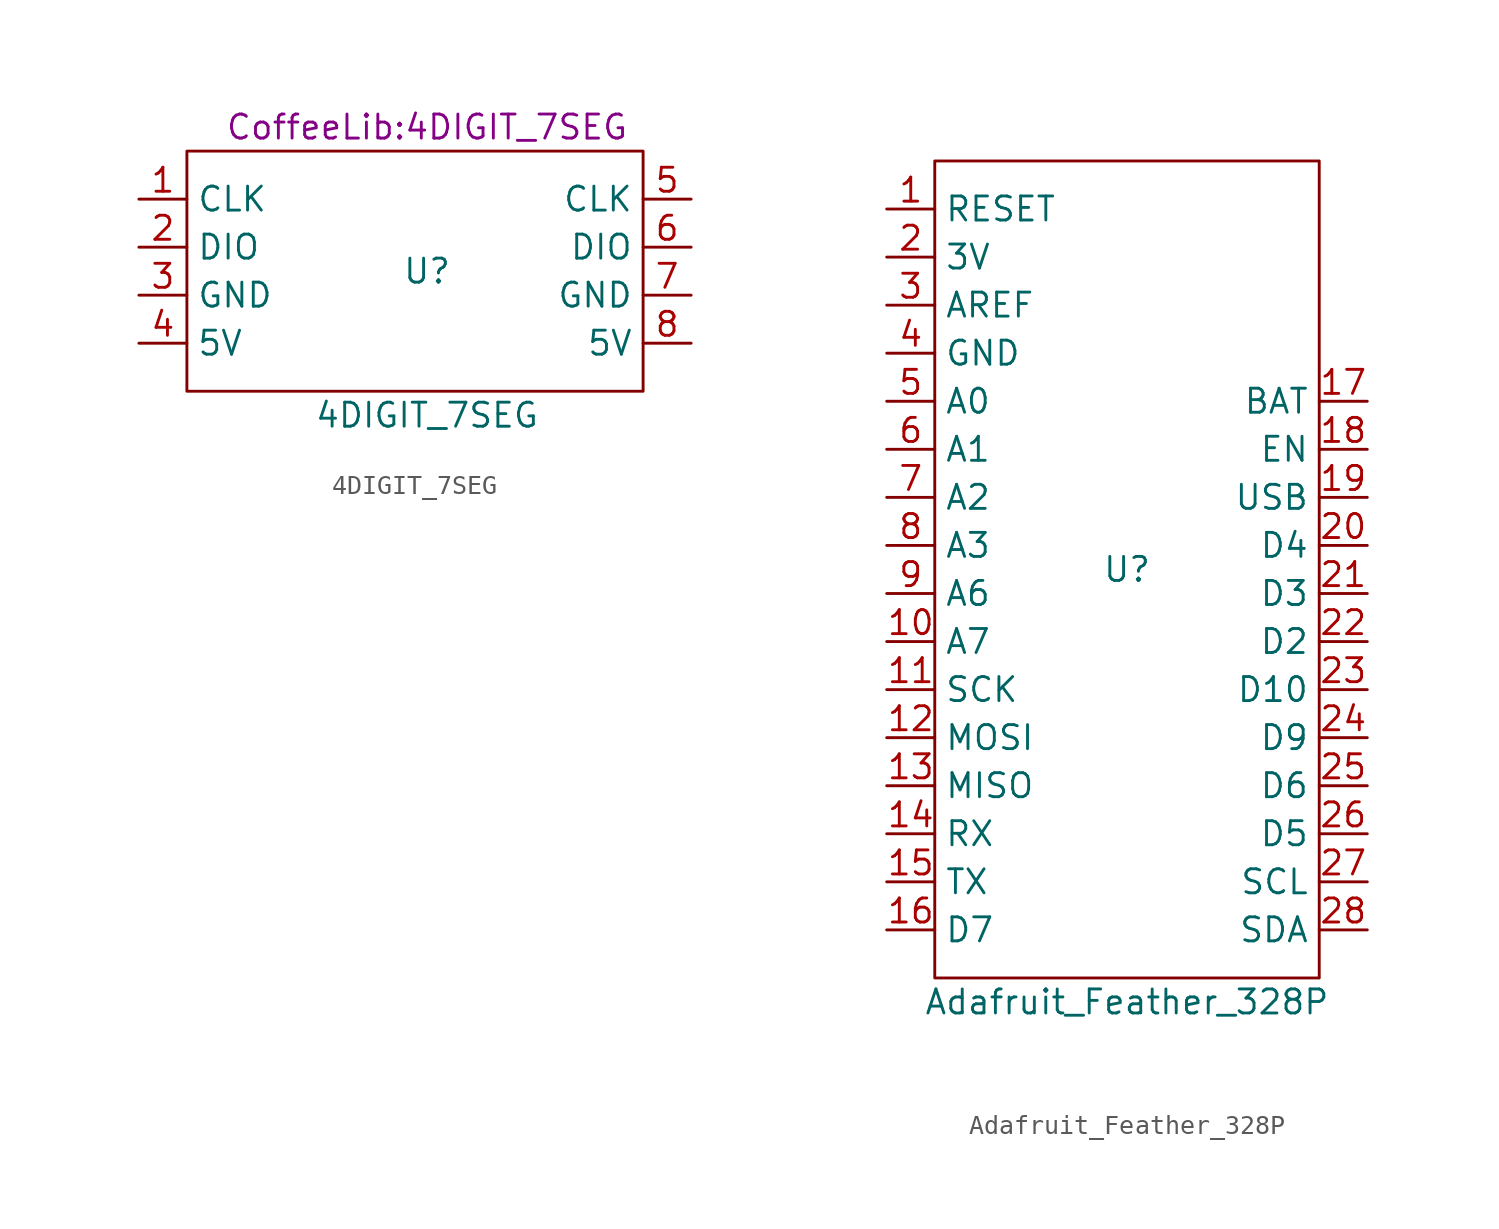
<source format=kicad_sym>
(kicad_symbol_lib
  (version 20231120)
  (generator "kicad_symbol_editor")
  (generator_version "8.0")
  (symbol "4DIGIT_7SEG"
    (property "Reference" "U"
      (at 0 0 0)
      (effects (font (size 1.27 1.27))))
    (property "Value" "4DIGIT_7SEG"
      (at 0 -7.62 0)
      (effects (font (size 1.27 1.27))))
    (property "Footprint" "CoffeeLib:4DIGIT_7SEG"
      (at 0 7.62 0)
      (effects (font (size 1.27 1.27))))
    (symbol "4DIGIT_7SEG_0_1"
      (rectangle (start -12.7 6.35) (end 11.43 -6.35) (stroke (width 0) (type default)) (fill (type none))))
    (symbol "4DIGIT_7SEG_1_1"
      (pin input line (at -15.24 3.81 0) (length 2.54) (name "CLK" (effects (font (size 1.27 1.27)))) (number "1" (effects (font (size 1.27 1.27)))))
      (pin bidirectional line (at -15.24 1.27 0) (length 2.54) (name "DIO" (effects (font (size 1.27 1.27)))) (number "2" (effects (font (size 1.27 1.27)))))
      (pin power_in line (at -15.24 -1.27 0) (length 2.54) (name "GND" (effects (font (size 1.27 1.27)))) (number "3" (effects (font (size 1.27 1.27)))))
      (pin power_in line (at -15.24 -3.81 0) (length 2.54) (name "5V" (effects (font (size 1.27 1.27)))) (number "4" (effects (font (size 1.27 1.27)))))
      (pin input line (at 13.97 3.81 180) (length 2.54) (name "CLK" (effects (font (size 1.27 1.27)))) (number "5" (effects (font (size 1.27 1.27)))))
      (pin bidirectional line (at 13.97 1.27 180) (length 2.54) (name "DIO" (effects (font (size 1.27 1.27)))) (number "6" (effects (font (size 1.27 1.27)))))
      (pin power_in line (at 13.97 -1.27 180) (length 2.54) (name "GND" (effects (font (size 1.27 1.27)))) (number "7" (effects (font (size 1.27 1.27)))))
      (pin power_in line (at 13.97 -3.81 180) (length 2.54) (name "5V" (effects (font (size 1.27 1.27)))) (number "8" (effects (font (size 1.27 1.27)))))))
  (symbol "Adafruit_Feather_328P"
    (property "Reference" "U"
      (at 0 0 0)
      (effects (font (size 1.27 1.27))))
    (property "Value" "Adafruit_Feather_328P"
      (at 0 -22.86 0)
      (effects (font (size 1.27 1.27))))
    (symbol "Adafruit_Feather_328P_0_1"
      (rectangle (start -10.16 21.59) (end 10.16 -21.59) (stroke (width 0) (type default)) (fill (type none))))
    (symbol "Adafruit_Feather_328P_1_1"
      (pin input line (at -12.7 19.05 0) (length 2.54) (name "RESET" (effects (font (size 1.27 1.27)))) (number "1" (effects (font (size 1.27 1.27)))))
      (pin input line (at -12.7 -3.81 0) (length 2.54) (name "A7" (effects (font (size 1.27 1.27)))) (number "10" (effects (font (size 1.27 1.27)))))
      (pin bidirectional line (at -12.7 -6.35 0) (length 2.54) (name "SCK" (effects (font (size 1.27 1.27)))) (number "11" (effects (font (size 1.27 1.27)))))
      (pin bidirectional line (at -12.7 -8.89 0) (length 2.54) (name "MOSI" (effects (font (size 1.27 1.27)))) (number "12" (effects (font (size 1.27 1.27)))))
      (pin bidirectional line (at -12.7 -11.43 0) (length 2.54) (name "MISO" (effects (font (size 1.27 1.27)))) (number "13" (effects (font (size 1.27 1.27)))))
      (pin bidirectional line (at -12.7 -13.97 0) (length 2.54) (name "RX" (effects (font (size 1.27 1.27)))) (number "14" (effects (font (size 1.27 1.27)))))
      (pin bidirectional line (at -12.7 -16.51 0) (length 2.54) (name "TX" (effects (font (size 1.27 1.27)))) (number "15" (effects (font (size 1.27 1.27)))))
      (pin bidirectional line (at -12.7 -19.05 0) (length 2.54) (name "D7" (effects (font (size 1.27 1.27)))) (number "16" (effects (font (size 1.27 1.27)))))
      (pin power_in line (at 12.7 8.89 180) (length 2.54) (name "BAT" (effects (font (size 1.27 1.27)))) (number "17" (effects (font (size 1.27 1.27)))))
      (pin input line (at 12.7 6.35 180) (length 2.54) (name "EN" (effects (font (size 1.27 1.27)))) (number "18" (effects (font (size 1.27 1.27)))))
      (pin power_in line (at 12.7 3.81 180) (length 2.54) (name "USB" (effects (font (size 1.27 1.27)))) (number "19" (effects (font (size 1.27 1.27)))))
      (pin power_out line (at -12.7 16.51 0) (length 2.54) (name "3V" (effects (font (size 1.27 1.27)))) (number "2" (effects (font (size 1.27 1.27)))))
      (pin bidirectional line (at 12.7 1.27 180) (length 2.54) (name "D4" (effects (font (size 1.27 1.27)))) (number "20" (effects (font (size 1.27 1.27)))))
      (pin bidirectional line (at 12.7 -1.27 180) (length 2.54) (name "D3" (effects (font (size 1.27 1.27)))) (number "21" (effects (font (size 1.27 1.27)))))
      (pin bidirectional line (at 12.7 -3.81 180) (length 2.54) (name "D2" (effects (font (size 1.27 1.27)))) (number "22" (effects (font (size 1.27 1.27)))))
      (pin bidirectional line (at 12.7 -6.35 180) (length 2.54) (name "D10" (effects (font (size 1.27 1.27)))) (number "23" (effects (font (size 1.27 1.27)))))
      (pin bidirectional line (at 12.7 -8.89 180) (length 2.54) (name "D9" (effects (font (size 1.27 1.27)))) (number "24" (effects (font (size 1.27 1.27)))))
      (pin bidirectional line (at 12.7 -11.43 180) (length 2.54) (name "D6" (effects (font (size 1.27 1.27)))) (number "25" (effects (font (size 1.27 1.27)))))
      (pin bidirectional line (at 12.7 -13.97 180) (length 2.54) (name "D5" (effects (font (size 1.27 1.27)))) (number "26" (effects (font (size 1.27 1.27)))))
      (pin bidirectional line (at 12.7 -16.51 180) (length 2.54) (name "SCL" (effects (font (size 1.27 1.27)))) (number "27" (effects (font (size 1.27 1.27)))))
      (pin bidirectional line (at 12.7 -19.05 180) (length 2.54) (name "SDA" (effects (font (size 1.27 1.27)))) (number "28" (effects (font (size 1.27 1.27)))))
      (pin input line (at -12.7 13.97 0) (length 2.54) (name "AREF" (effects (font (size 1.27 1.27)))) (number "3" (effects (font (size 1.27 1.27)))))
      (pin power_in line (at -12.7 11.43 0) (length 2.54) (name "GND" (effects (font (size 1.27 1.27)))) (number "4" (effects (font (size 1.27 1.27)))))
      (pin bidirectional line (at -12.7 8.89 0) (length 2.54) (name "A0" (effects (font (size 1.27 1.27)))) (number "5" (effects (font (size 1.27 1.27)))))
      (pin bidirectional line (at -12.7 6.35 0) (length 2.54) (name "A1" (effects (font (size 1.27 1.27)))) (number "6" (effects (font (size 1.27 1.27)))))
      (pin bidirectional line (at -12.7 3.81 0) (length 2.54) (name "A2" (effects (font (size 1.27 1.27)))) (number "7" (effects (font (size 1.27 1.27)))))
      (pin bidirectional line (at -12.7 1.27 0) (length 2.54) (name "A3" (effects (font (size 1.27 1.27)))) (number "8" (effects (font (size 1.27 1.27)))))
      (pin input line (at -12.7 -1.27 0) (length 2.54) (name "A6" (effects (font (size 1.27 1.27)))) (number "9" (effects (font (size 1.27 1.27))))))))
</source>
